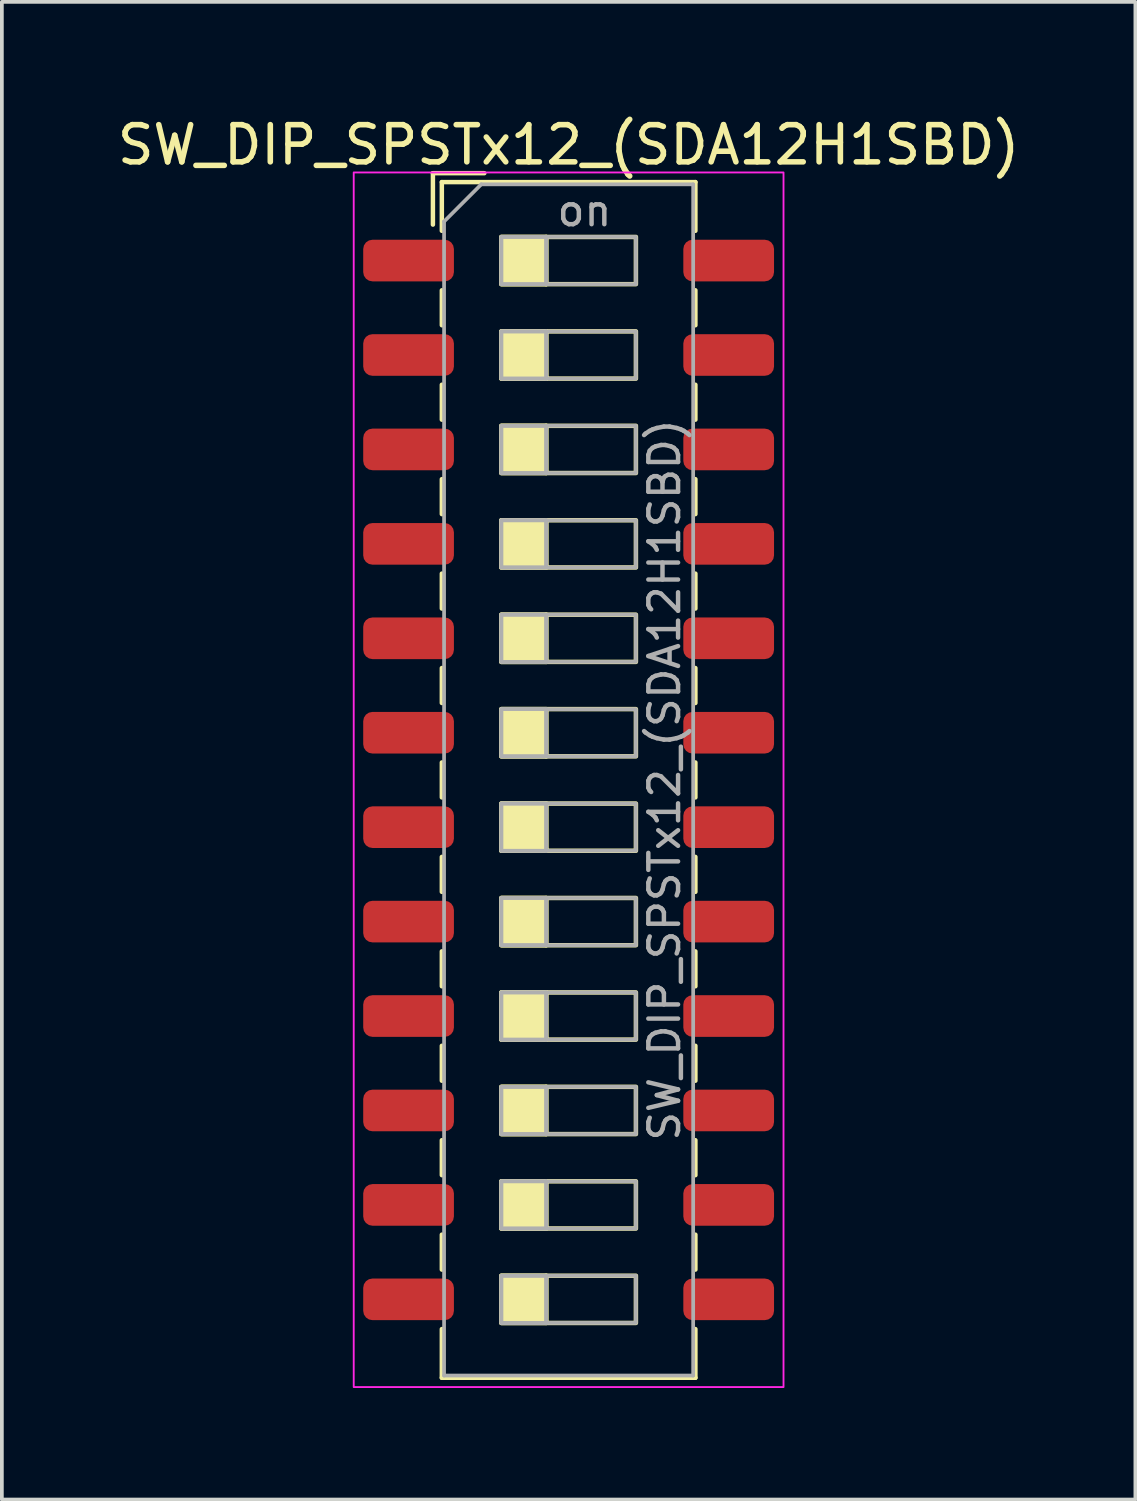
<source format=kicad_pcb>
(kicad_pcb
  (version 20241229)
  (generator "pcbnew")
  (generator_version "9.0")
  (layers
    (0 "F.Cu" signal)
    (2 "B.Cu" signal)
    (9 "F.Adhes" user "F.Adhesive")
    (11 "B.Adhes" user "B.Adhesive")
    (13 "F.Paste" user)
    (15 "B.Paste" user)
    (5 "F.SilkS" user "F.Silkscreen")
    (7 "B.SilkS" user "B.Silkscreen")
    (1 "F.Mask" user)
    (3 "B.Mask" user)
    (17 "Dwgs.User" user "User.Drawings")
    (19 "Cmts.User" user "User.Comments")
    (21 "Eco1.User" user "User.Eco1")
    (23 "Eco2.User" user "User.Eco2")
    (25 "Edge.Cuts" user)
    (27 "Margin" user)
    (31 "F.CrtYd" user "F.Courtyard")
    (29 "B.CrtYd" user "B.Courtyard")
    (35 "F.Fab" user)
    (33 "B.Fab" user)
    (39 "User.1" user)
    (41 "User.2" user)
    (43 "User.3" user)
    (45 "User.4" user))
  (footprint "SW_DIP_SPSTx12_(SDA12H1SBD)"
    (layer "F.Cu")
    (at 12.244 17.928)
    (property "Reference" "SW_DIP_SPSTx12_(SDA12H1SBD)" (at 0 -17.08 0) (layer "F.SilkS") (effects (font (size 1 1) (thickness 0.15))))
    (attr smd)
    (fp_line (start -3.65 -16.32) (end -3.65 -14.937) (stroke (width 0.12) (type solid)) (layer "F.SilkS"))
    (fp_line (start -3.65 -16.32) (end -2.267 -16.32) (stroke (width 0.12) (type solid)) (layer "F.SilkS"))
    (fp_line (start -3.41 -16.08) (end -3.41 -14.77) (stroke (width 0.12) (type solid)) (layer "F.SilkS"))
    (fp_line (start -3.41 -16.08) (end 3.41 -16.08) (stroke (width 0.12) (type solid)) (layer "F.SilkS"))
    (fp_line (start -3.41 -13.17) (end -3.41 -12.23) (stroke (width 0.12) (type solid)) (layer "F.SilkS"))
    (fp_line (start -3.41 -10.63) (end -3.41 -9.69) (stroke (width 0.12) (type solid)) (layer "F.SilkS"))
    (fp_line (start -3.41 -8.09) (end -3.41 -7.15) (stroke (width 0.12) (type solid)) (layer "F.SilkS"))
    (fp_line (start -3.41 -5.55) (end -3.41 -4.61) (stroke (width 0.12) (type solid)) (layer "F.SilkS"))
    (fp_line (start -3.41 -3.01) (end -3.41 -2.07) (stroke (width 0.12) (type solid)) (layer "F.SilkS"))
    (fp_line (start -3.41 -0.47) (end -3.41 0.47) (stroke (width 0.12) (type solid)) (layer "F.SilkS"))
    (fp_line (start -3.41 2.07) (end -3.41 3.01) (stroke (width 0.12) (type solid)) (layer "F.SilkS"))
    (fp_line (start -3.41 4.61) (end -3.41 5.55) (stroke (width 0.12) (type solid)) (layer "F.SilkS"))
    (fp_line (start -3.41 7.15) (end -3.41 8.09) (stroke (width 0.12) (type solid)) (layer "F.SilkS"))
    (fp_line (start -3.41 9.69) (end -3.41 10.63) (stroke (width 0.12) (type solid)) (layer "F.SilkS"))
    (fp_line (start -3.41 12.23) (end -3.41 13.17) (stroke (width 0.12) (type solid)) (layer "F.SilkS"))
    (fp_line (start -3.41 14.77) (end -3.41 16.08) (stroke (width 0.12) (type solid)) (layer "F.SilkS"))
    (fp_line (start -3.41 16.08) (end 3.41 16.08) (stroke (width 0.12) (type solid)) (layer "F.SilkS"))
    (fp_line (start -0.603 -14.605) (end -0.603 -13.335) (stroke (width 0.12) (type solid)) (layer "F.SilkS"))
    (fp_line (start -0.603 -12.065) (end -0.603 -10.795) (stroke (width 0.12) (type solid)) (layer "F.SilkS"))
    (fp_line (start -0.603 -9.525) (end -0.603 -8.255) (stroke (width 0.12) (type solid)) (layer "F.SilkS"))
    (fp_line (start -0.603 -6.985) (end -0.603 -5.715) (stroke (width 0.12) (type solid)) (layer "F.SilkS"))
    (fp_line (start -0.603 -4.445) (end -0.603 -3.175) (stroke (width 0.12) (type solid)) (layer "F.SilkS"))
    (fp_line (start -0.603 -1.905) (end -0.603 -0.635) (stroke (width 0.12) (type solid)) (layer "F.SilkS"))
    (fp_line (start -0.603 0.635) (end -0.603 1.905) (stroke (width 0.12) (type solid)) (layer "F.SilkS"))
    (fp_line (start -0.603 3.175) (end -0.603 4.445) (stroke (width 0.12) (type solid)) (layer "F.SilkS"))
    (fp_line (start -0.603 5.715) (end -0.603 6.985) (stroke (width 0.12) (type solid)) (layer "F.SilkS"))
    (fp_line (start -0.603 8.255) (end -0.603 9.525) (stroke (width 0.12) (type solid)) (layer "F.SilkS"))
    (fp_line (start -0.603 10.795) (end -0.603 12.065) (stroke (width 0.12) (type solid)) (layer "F.SilkS"))
    (fp_line (start -0.603 13.335) (end -0.603 14.605) (stroke (width 0.12) (type solid)) (layer "F.SilkS"))
    (fp_line (start 3.41 -16.08) (end 3.41 -14.77) (stroke (width 0.12) (type solid)) (layer "F.SilkS"))
    (fp_line (start 3.41 -13.17) (end 3.41 -12.23) (stroke (width 0.12) (type solid)) (layer "F.SilkS"))
    (fp_line (start 3.41 -10.63) (end 3.41 -9.69) (stroke (width 0.12) (type solid)) (layer "F.SilkS"))
    (fp_line (start 3.41 -8.09) (end 3.41 -7.15) (stroke (width 0.12) (type solid)) (layer "F.SilkS"))
    (fp_line (start 3.41 -5.55) (end 3.41 -4.61) (stroke (width 0.12) (type solid)) (layer "F.SilkS"))
    (fp_line (start 3.41 -3.01) (end 3.41 -2.07) (stroke (width 0.12) (type solid)) (layer "F.SilkS"))
    (fp_line (start 3.41 -0.47) (end 3.41 0.47) (stroke (width 0.12) (type solid)) (layer "F.SilkS"))
    (fp_line (start 3.41 2.07) (end 3.41 3.01) (stroke (width 0.12) (type solid)) (layer "F.SilkS"))
    (fp_line (start 3.41 4.61) (end 3.41 5.55) (stroke (width 0.12) (type solid)) (layer "F.SilkS"))
    (fp_line (start 3.41 7.15) (end 3.41 8.09) (stroke (width 0.12) (type solid)) (layer "F.SilkS"))
    (fp_line (start 3.41 9.69) (end 3.41 10.63) (stroke (width 0.12) (type solid)) (layer "F.SilkS"))
    (fp_line (start 3.41 12.23) (end 3.41 13.17) (stroke (width 0.12) (type solid)) (layer "F.SilkS"))
    (fp_line (start 3.41 14.77) (end 3.41 16.08) (stroke (width 0.12) (type solid)) (layer "F.SilkS"))
    (fp_rect (start -1.81 -14.605) (end -0.603 -13.335) (stroke (width 0.12) (type solid)) (fill yes) (layer "F.SilkS"))
    (fp_rect (start -1.81 -14.605) (end 1.81 -13.335) (stroke (width 0.12) (type solid)) (fill no) (layer "F.SilkS"))
    (fp_rect (start -1.81 -12.065) (end -0.603 -10.795) (stroke (width 0.12) (type solid)) (fill yes) (layer "F.SilkS"))
    (fp_rect (start -1.81 -12.065) (end 1.81 -10.795) (stroke (width 0.12) (type solid)) (fill no) (layer "F.SilkS"))
    (fp_rect (start -1.81 -9.525) (end -0.603 -8.255) (stroke (width 0.12) (type solid)) (fill yes) (layer "F.SilkS"))
    (fp_rect (start -1.81 -9.525) (end 1.81 -8.255) (stroke (width 0.12) (type solid)) (fill no) (layer "F.SilkS"))
    (fp_rect (start -1.81 -6.985) (end -0.603 -5.715) (stroke (width 0.12) (type solid)) (fill yes) (layer "F.SilkS"))
    (fp_rect (start -1.81 -6.985) (end 1.81 -5.715) (stroke (width 0.12) (type solid)) (fill no) (layer "F.SilkS"))
    (fp_rect (start -1.81 -4.445) (end -0.603 -3.175) (stroke (width 0.12) (type solid)) (fill yes) (layer "F.SilkS"))
    (fp_rect (start -1.81 -4.445) (end 1.81 -3.175) (stroke (width 0.12) (type solid)) (fill no) (layer "F.SilkS"))
    (fp_rect (start -1.81 -1.905) (end -0.603 -0.635) (stroke (width 0.12) (type solid)) (fill yes) (layer "F.SilkS"))
    (fp_rect (start -1.81 -1.905) (end 1.81 -0.635) (stroke (width 0.12) (type solid)) (fill no) (layer "F.SilkS"))
    (fp_rect (start -1.81 0.635) (end -0.603 1.905) (stroke (width 0.12) (type solid)) (fill yes) (layer "F.SilkS"))
    (fp_rect (start -1.81 0.635) (end 1.81 1.905) (stroke (width 0.12) (type solid)) (fill no) (layer "F.SilkS"))
    (fp_rect (start -1.81 3.175) (end -0.603 4.445) (stroke (width 0.12) (type solid)) (fill yes) (layer "F.SilkS"))
    (fp_rect (start -1.81 3.175) (end 1.81 4.445) (stroke (width 0.12) (type solid)) (fill no) (layer "F.SilkS"))
    (fp_rect (start -1.81 5.715) (end -0.603 6.985) (stroke (width 0.12) (type solid)) (fill yes) (layer "F.SilkS"))
    (fp_rect (start -1.81 5.715) (end 1.81 6.985) (stroke (width 0.12) (type solid)) (fill no) (layer "F.SilkS"))
    (fp_rect (start -1.81 8.255) (end -0.603 9.525) (stroke (width 0.12) (type solid)) (fill yes) (layer "F.SilkS"))
    (fp_rect (start -1.81 8.255) (end 1.81 9.525) (stroke (width 0.12) (type solid)) (fill no) (layer "F.SilkS"))
    (fp_rect (start -1.81 10.795) (end -0.603 12.065) (stroke (width 0.12) (type solid)) (fill yes) (layer "F.SilkS"))
    (fp_rect (start -1.81 10.795) (end 1.81 12.065) (stroke (width 0.12) (type solid)) (fill no) (layer "F.SilkS"))
    (fp_rect (start -1.81 13.335) (end -0.603 14.605) (stroke (width 0.12) (type solid)) (fill yes) (layer "F.SilkS"))
    (fp_rect (start -1.81 13.335) (end 1.81 14.605) (stroke (width 0.12) (type solid)) (fill no) (layer "F.SilkS"))
    (fp_rect (start -5.78 -16.34) (end 5.78 16.33) (stroke (width 0.05) (type solid)) (fill no) (layer "F.CrtYd"))
    (fp_line (start -3.35 -15.02) (end -2.35 -16.02) (stroke (width 0.1) (type solid)) (layer "F.Fab"))
    (fp_line (start -3.35 16.02) (end -3.35 -15.02) (stroke (width 0.1) (type solid)) (layer "F.Fab"))
    (fp_line (start -2.35 -16.02) (end 3.35 -16.02) (stroke (width 0.1) (type solid)) (layer "F.Fab"))
    (fp_line (start -0.603 -14.605) (end -0.603 -13.335) (stroke (width 0.1) (type solid)) (layer "F.Fab"))
    (fp_line (start -0.603 -12.065) (end -0.603 -10.795) (stroke (width 0.1) (type solid)) (layer "F.Fab"))
    (fp_line (start -0.603 -9.525) (end -0.603 -8.255) (stroke (width 0.1) (type solid)) (layer "F.Fab"))
    (fp_line (start -0.603 -6.985) (end -0.603 -5.715) (stroke (width 0.1) (type solid)) (layer "F.Fab"))
    (fp_line (start -0.603 -4.445) (end -0.603 -3.175) (stroke (width 0.1) (type solid)) (layer "F.Fab"))
    (fp_line (start -0.603 -1.905) (end -0.603 -0.635) (stroke (width 0.1) (type solid)) (layer "F.Fab"))
    (fp_line (start -0.603 0.635) (end -0.603 1.905) (stroke (width 0.1) (type solid)) (layer "F.Fab"))
    (fp_line (start -0.603 3.175) (end -0.603 4.445) (stroke (width 0.1) (type solid)) (layer "F.Fab"))
    (fp_line (start -0.603 5.715) (end -0.603 6.985) (stroke (width 0.1) (type solid)) (layer "F.Fab"))
    (fp_line (start -0.603 8.255) (end -0.603 9.525) (stroke (width 0.1) (type solid)) (layer "F.Fab"))
    (fp_line (start -0.603 10.795) (end -0.603 12.065) (stroke (width 0.1) (type solid)) (layer "F.Fab"))
    (fp_line (start -0.603 13.335) (end -0.603 14.605) (stroke (width 0.1) (type solid)) (layer "F.Fab"))
    (fp_line (start 3.35 -16.02) (end 3.35 16.02) (stroke (width 0.1) (type solid)) (layer "F.Fab"))
    (fp_line (start 3.35 16.02) (end -3.35 16.02) (stroke (width 0.1) (type solid)) (layer "F.Fab"))
    (fp_rect (start -1.81 -14.605) (end -0.603 -13.335) (stroke (width 0.1) (type solid)) (fill no) (layer "F.Fab"))
    (fp_rect (start -1.81 -14.605) (end 1.81 -13.335) (stroke (width 0.1) (type solid)) (fill no) (layer "F.Fab"))
    (fp_rect (start -1.81 -12.065) (end -0.603 -10.795) (stroke (width 0.1) (type solid)) (fill no) (layer "F.Fab"))
    (fp_rect (start -1.81 -12.065) (end 1.81 -10.795) (stroke (width 0.1) (type solid)) (fill no) (layer "F.Fab"))
    (fp_rect (start -1.81 -9.525) (end -0.603 -8.255) (stroke (width 0.1) (type solid)) (fill no) (layer "F.Fab"))
    (fp_rect (start -1.81 -9.525) (end 1.81 -8.255) (stroke (width 0.1) (type solid)) (fill no) (layer "F.Fab"))
    (fp_rect (start -1.81 -6.985) (end -0.603 -5.715) (stroke (width 0.1) (type solid)) (fill no) (layer "F.Fab"))
    (fp_rect (start -1.81 -6.985) (end 1.81 -5.715) (stroke (width 0.1) (type solid)) (fill no) (layer "F.Fab"))
    (fp_rect (start -1.81 -4.445) (end -0.603 -3.175) (stroke (width 0.1) (type solid)) (fill no) (layer "F.Fab"))
    (fp_rect (start -1.81 -4.445) (end 1.81 -3.175) (stroke (width 0.1) (type solid)) (fill no) (layer "F.Fab"))
    (fp_rect (start -1.81 -1.905) (end -0.603 -0.635) (stroke (width 0.1) (type solid)) (fill no) (layer "F.Fab"))
    (fp_rect (start -1.81 -1.905) (end 1.81 -0.635) (stroke (width 0.1) (type solid)) (fill no) (layer "F.Fab"))
    (fp_rect (start -1.81 0.635) (end -0.603 1.905) (stroke (width 0.1) (type solid)) (fill no) (layer "F.Fab"))
    (fp_rect (start -1.81 0.635) (end 1.81 1.905) (stroke (width 0.1) (type solid)) (fill no) (layer "F.Fab"))
    (fp_rect (start -1.81 3.175) (end -0.603 4.445) (stroke (width 0.1) (type solid)) (fill no) (layer "F.Fab"))
    (fp_rect (start -1.81 3.175) (end 1.81 4.445) (stroke (width 0.1) (type solid)) (fill no) (layer "F.Fab"))
    (fp_rect (start -1.81 5.715) (end -0.603 6.985) (stroke (width 0.1) (type solid)) (fill no) (layer "F.Fab"))
    (fp_rect (start -1.81 5.715) (end 1.81 6.985) (stroke (width 0.1) (type solid)) (fill no) (layer "F.Fab"))
    (fp_rect (start -1.81 8.255) (end -0.603 9.525) (stroke (width 0.1) (type solid)) (fill no) (layer "F.Fab"))
    (fp_rect (start -1.81 8.255) (end 1.81 9.525) (stroke (width 0.1) (type solid)) (fill no) (layer "F.Fab"))
    (fp_rect (start -1.81 10.795) (end -0.603 12.065) (stroke (width 0.1) (type solid)) (fill no) (layer "F.Fab"))
    (fp_rect (start -1.81 10.795) (end 1.81 12.065) (stroke (width 0.1) (type solid)) (fill no) (layer "F.Fab"))
    (fp_rect (start -1.81 13.335) (end -0.603 14.605) (stroke (width 0.1) (type solid)) (fill no) (layer "F.Fab"))
    (fp_rect (start -1.81 13.335) (end 1.81 14.605) (stroke (width 0.1) (type solid)) (fill no) (layer "F.Fab"))
    (fp_text user "${REFERENCE}" (at 2.58 0 90) (layer "F.Fab") (effects (font (size 0.8 0.8) (thickness 0.12))))
    (fp_text user "on" (at 0.427 -15.312 0) (layer "F.Fab") (effects (font (size 0.8 0.8) (thickness 0.12))))
    (pad "1" smd roundrect (at -4.305 -13.97) (size 2.44 1.12) (layers "F.Cu" "F.Mask" "F.Paste") (roundrect_rratio 0.223))
    (pad "2" smd roundrect (at -4.305 -11.43) (size 2.44 1.12) (layers "F.Cu" "F.Mask" "F.Paste") (roundrect_rratio 0.223))
    (pad "3" smd roundrect (at -4.305 -8.89) (size 2.44 1.12) (layers "F.Cu" "F.Mask" "F.Paste") (roundrect_rratio 0.223))
    (pad "4" smd roundrect (at -4.305 -6.35) (size 2.44 1.12) (layers "F.Cu" "F.Mask" "F.Paste") (roundrect_rratio 0.223))
    (pad "5" smd roundrect (at -4.305 -3.81) (size 2.44 1.12) (layers "F.Cu" "F.Mask" "F.Paste") (roundrect_rratio 0.223))
    (pad "6" smd roundrect (at -4.305 -1.27) (size 2.44 1.12) (layers "F.Cu" "F.Mask" "F.Paste") (roundrect_rratio 0.223))
    (pad "7" smd roundrect (at -4.305 1.27) (size 2.44 1.12) (layers "F.Cu" "F.Mask" "F.Paste") (roundrect_rratio 0.223))
    (pad "8" smd roundrect (at -4.305 3.81) (size 2.44 1.12) (layers "F.Cu" "F.Mask" "F.Paste") (roundrect_rratio 0.223))
    (pad "9" smd roundrect (at -4.305 6.35) (size 2.44 1.12) (layers "F.Cu" "F.Mask" "F.Paste") (roundrect_rratio 0.223))
    (pad "10" smd roundrect (at -4.305 8.89) (size 2.44 1.12) (layers "F.Cu" "F.Mask" "F.Paste") (roundrect_rratio 0.223))
    (pad "11" smd roundrect (at -4.305 11.43) (size 2.44 1.12) (layers "F.Cu" "F.Mask" "F.Paste") (roundrect_rratio 0.223))
    (pad "12" smd roundrect (at -4.305 13.97) (size 2.44 1.12) (layers "F.Cu" "F.Mask" "F.Paste") (roundrect_rratio 0.223))
    (pad "13" smd roundrect (at 4.305 13.97) (size 2.44 1.12) (layers "F.Cu" "F.Mask" "F.Paste") (roundrect_rratio 0.223))
    (pad "14" smd roundrect (at 4.305 11.43) (size 2.44 1.12) (layers "F.Cu" "F.Mask" "F.Paste") (roundrect_rratio 0.223))
    (pad "15" smd roundrect (at 4.305 8.89) (size 2.44 1.12) (layers "F.Cu" "F.Mask" "F.Paste") (roundrect_rratio 0.223))
    (pad "16" smd roundrect (at 4.305 6.35) (size 2.44 1.12) (layers "F.Cu" "F.Mask" "F.Paste") (roundrect_rratio 0.223))
    (pad "17" smd roundrect (at 4.305 3.81) (size 2.44 1.12) (layers "F.Cu" "F.Mask" "F.Paste") (roundrect_rratio 0.223))
    (pad "18" smd roundrect (at 4.305 1.27) (size 2.44 1.12) (layers "F.Cu" "F.Mask" "F.Paste") (roundrect_rratio 0.223))
    (pad "19" smd roundrect (at 4.305 -1.27) (size 2.44 1.12) (layers "F.Cu" "F.Mask" "F.Paste") (roundrect_rratio 0.223))
    (pad "20" smd roundrect (at 4.305 -3.81) (size 2.44 1.12) (layers "F.Cu" "F.Mask" "F.Paste") (roundrect_rratio 0.223))
    (pad "21" smd roundrect (at 4.305 -6.35) (size 2.44 1.12) (layers "F.Cu" "F.Mask" "F.Paste") (roundrect_rratio 0.223))
    (pad "22" smd roundrect (at 4.305 -8.89) (size 2.44 1.12) (layers "F.Cu" "F.Mask" "F.Paste") (roundrect_rratio 0.223))
    (pad "23" smd roundrect (at 4.305 -11.43) (size 2.44 1.12) (layers "F.Cu" "F.Mask" "F.Paste") (roundrect_rratio 0.223))
    (pad "24" smd roundrect (at 4.305 -13.97) (size 2.44 1.12) (layers "F.Cu" "F.Mask" "F.Paste") (roundrect_rratio 0.223)))
  (gr_rect
    (start -3 -3)
    (end 27.488 37.283)
    (stroke (width 0.1) (type default))
    (fill no)
    (layer "Edge.Cuts")))
</source>
